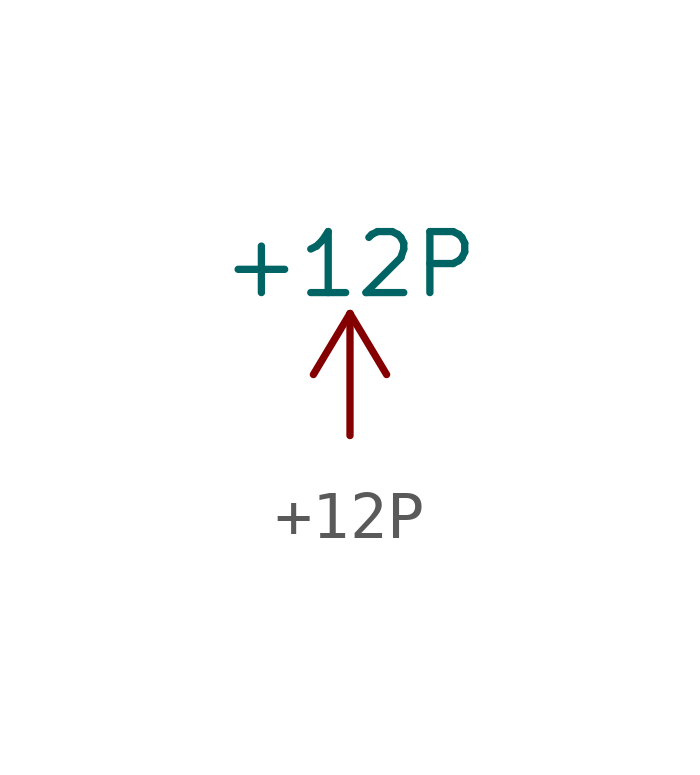
<source format=kicad_sym>
(kicad_symbol_lib
  (version 20220914)
  (generator kicad_symbol_editor)
  (symbol "+12P"
    (power)
    (pin_names
      (offset 0))
    (property "Reference" "#PWR"
      (at 0 -3.81 0)
      (effects (font (size 1.27 1.27)) hide))
    (property "Value" "+12P"
      (at 0 3.556 0)
      (effects (font (size 1.27 1.27))))
    (symbol "+12P_0_1"
      (polyline (pts (xy -0.762 1.27) (xy 0 2.54)) (stroke (width 0) (type default)) (fill (type none)))
      (polyline (pts (xy 0 0) (xy 0 2.54)) (stroke (width 0) (type default)) (fill (type none)))
      (polyline (pts (xy 0 2.54) (xy 0.762 1.27)) (stroke (width 0) (type default)) (fill (type none))))
    (symbol "+12P_1_1"
      (pin power_in line (at 0 0 90) (length 0) hide (name "+12P" (effects (font (size 1.27 1.27)))) (number "1" (effects (font (size 1.27 1.27))))))))
</source>
